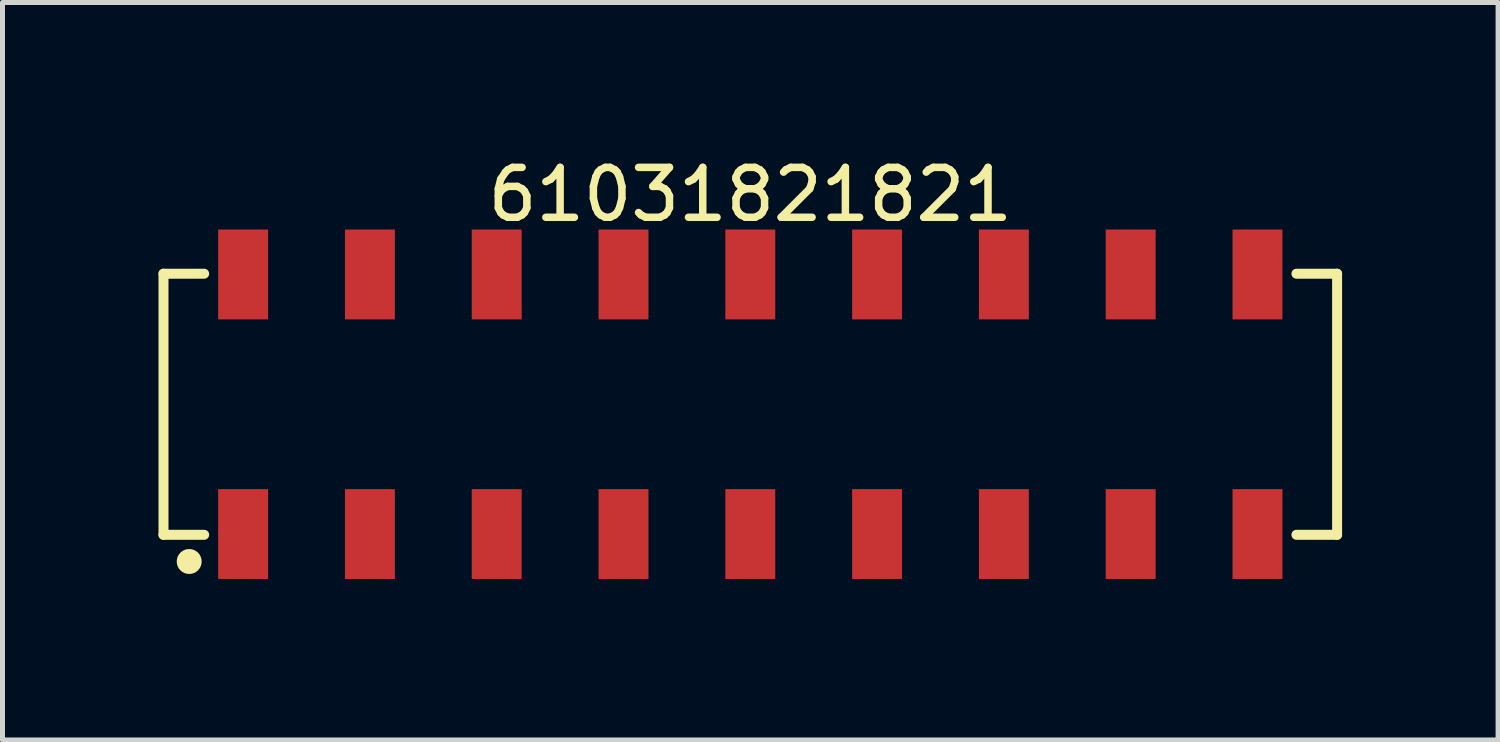
<source format=kicad_pcb>
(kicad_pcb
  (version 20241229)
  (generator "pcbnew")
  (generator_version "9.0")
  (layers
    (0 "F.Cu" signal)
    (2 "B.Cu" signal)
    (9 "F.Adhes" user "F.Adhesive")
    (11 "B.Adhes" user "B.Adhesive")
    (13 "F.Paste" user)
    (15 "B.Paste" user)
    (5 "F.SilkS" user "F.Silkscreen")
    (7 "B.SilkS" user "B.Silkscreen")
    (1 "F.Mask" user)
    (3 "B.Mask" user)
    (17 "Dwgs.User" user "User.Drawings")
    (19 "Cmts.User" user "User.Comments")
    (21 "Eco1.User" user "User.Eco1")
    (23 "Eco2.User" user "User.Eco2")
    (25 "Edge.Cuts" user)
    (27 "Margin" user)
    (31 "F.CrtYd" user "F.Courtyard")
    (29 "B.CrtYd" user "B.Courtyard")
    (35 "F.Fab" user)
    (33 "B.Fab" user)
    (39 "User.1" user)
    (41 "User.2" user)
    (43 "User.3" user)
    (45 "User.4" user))
  (footprint "61031821821"
    (layer "F.Cu")
    (at 11.98 5.048)
    (property "Reference" "61031821821" (at 0 -4.2 0) (layer "F.SilkS") (effects (font (size 1 1) (thickness 0.15))))
    (fp_line (start -11.755 -2.615) (end -10.94 -2.615) (stroke (width 0.2) (type solid)) (layer "F.SilkS"))
    (fp_line (start -11.755 2.615) (end -11.755 -2.615) (stroke (width 0.2) (type solid)) (layer "F.SilkS"))
    (fp_line (start -11.755 2.615) (end -10.94 2.615) (stroke (width 0.2) (type solid)) (layer "F.SilkS"))
    (fp_line (start 10.94 -2.615) (end 11.755 -2.615) (stroke (width 0.2) (type solid)) (layer "F.SilkS"))
    (fp_line (start 10.94 2.615) (end 11.755 2.615) (stroke (width 0.2) (type solid)) (layer "F.SilkS"))
    (fp_line (start 11.755 2.615) (end 11.755 -2.615) (stroke (width 0.2) (type solid)) (layer "F.SilkS"))
    (fp_circle (center -11.24 3.15) (end -11.24 3.025) (stroke (width 0.25) (type solid)) (fill no) (layer "F.SilkS"))
    (fp_line (start -11.955 -3.7) (end 11.955 -3.7) (stroke (width 0.05) (type solid)) (layer "Eco2.User"))
    (fp_line (start -11.955 3.7) (end -11.955 -3.7) (stroke (width 0.05) (type solid)) (layer "Eco2.User"))
    (fp_line (start -11.955 3.7) (end 11.955 3.7) (stroke (width 0.05) (type solid)) (layer "Eco2.User"))
    (fp_line (start -11.68 -2.54) (end 11.68 -2.54) (stroke (width 0.1) (type solid)) (layer "Eco2.User"))
    (fp_line (start -11.68 2.54) (end -11.68 -2.54) (stroke (width 0.1) (type solid)) (layer "Eco2.User"))
    (fp_line (start -11.68 2.54) (end 11.68 2.54) (stroke (width 0.1) (type solid)) (layer "Eco2.User"))
    (fp_line (start -10.48 -3.35) (end -9.84 -3.35) (stroke (width 0.1) (type solid)) (layer "Eco2.User"))
    (fp_line (start -10.48 -2.54) (end -10.48 -3.35) (stroke (width 0.1) (type solid)) (layer "Eco2.User"))
    (fp_line (start -10.48 3.35) (end -10.48 2.54) (stroke (width 0.1) (type solid)) (layer "Eco2.User"))
    (fp_line (start -10.48 3.35) (end -9.84 3.35) (stroke (width 0.1) (type solid)) (layer "Eco2.User"))
    (fp_line (start -9.84 -2.54) (end -9.84 -3.35) (stroke (width 0.1) (type solid)) (layer "Eco2.User"))
    (fp_line (start -9.84 3.35) (end -9.84 2.54) (stroke (width 0.1) (type solid)) (layer "Eco2.User"))
    (fp_line (start -7.94 -3.35) (end -7.3 -3.35) (stroke (width 0.1) (type solid)) (layer "Eco2.User"))
    (fp_line (start -7.94 -2.54) (end -7.94 -3.35) (stroke (width 0.1) (type solid)) (layer "Eco2.User"))
    (fp_line (start -7.94 3.35) (end -7.94 2.54) (stroke (width 0.1) (type solid)) (layer "Eco2.User"))
    (fp_line (start -7.94 3.35) (end -7.3 3.35) (stroke (width 0.1) (type solid)) (layer "Eco2.User"))
    (fp_line (start -7.3 -2.54) (end -7.3 -3.35) (stroke (width 0.1) (type solid)) (layer "Eco2.User"))
    (fp_line (start -7.3 3.35) (end -7.3 2.54) (stroke (width 0.1) (type solid)) (layer "Eco2.User"))
    (fp_line (start -5.4 -3.35) (end -4.76 -3.35) (stroke (width 0.1) (type solid)) (layer "Eco2.User"))
    (fp_line (start -5.4 -2.54) (end -5.4 -3.35) (stroke (width 0.1) (type solid)) (layer "Eco2.User"))
    (fp_line (start -5.4 3.35) (end -5.4 2.54) (stroke (width 0.1) (type solid)) (layer "Eco2.User"))
    (fp_line (start -5.4 3.35) (end -4.76 3.35) (stroke (width 0.1) (type solid)) (layer "Eco2.User"))
    (fp_line (start -4.76 -2.54) (end -4.76 -3.35) (stroke (width 0.1) (type solid)) (layer "Eco2.User"))
    (fp_line (start -4.76 3.35) (end -4.76 2.54) (stroke (width 0.1) (type solid)) (layer "Eco2.User"))
    (fp_line (start -2.86 -3.35) (end -2.22 -3.35) (stroke (width 0.1) (type solid)) (layer "Eco2.User"))
    (fp_line (start -2.86 -2.54) (end -2.86 -3.35) (stroke (width 0.1) (type solid)) (layer "Eco2.User"))
    (fp_line (start -2.86 3.35) (end -2.86 2.54) (stroke (width 0.1) (type solid)) (layer "Eco2.User"))
    (fp_line (start -2.86 3.35) (end -2.22 3.35) (stroke (width 0.1) (type solid)) (layer "Eco2.User"))
    (fp_line (start -2.22 -2.54) (end -2.22 -3.35) (stroke (width 0.1) (type solid)) (layer "Eco2.User"))
    (fp_line (start -2.22 3.35) (end -2.22 2.54) (stroke (width 0.1) (type solid)) (layer "Eco2.User"))
    (fp_line (start -0.5 0) (end 0.5 0) (stroke (width 0.05) (type solid)) (layer "Eco2.User"))
    (fp_line (start -0.32 -3.35) (end 0.32 -3.35) (stroke (width 0.1) (type solid)) (layer "Eco2.User"))
    (fp_line (start -0.32 -2.54) (end -0.32 -3.35) (stroke (width 0.1) (type solid)) (layer "Eco2.User"))
    (fp_line (start -0.32 3.35) (end -0.32 2.54) (stroke (width 0.1) (type solid)) (layer "Eco2.User"))
    (fp_line (start -0.32 3.35) (end 0.32 3.35) (stroke (width 0.1) (type solid)) (layer "Eco2.User"))
    (fp_line (start 0 0.5) (end 0 -0.5) (stroke (width 0.05) (type solid)) (layer "Eco2.User"))
    (fp_line (start 0.32 -2.54) (end 0.32 -3.35) (stroke (width 0.1) (type solid)) (layer "Eco2.User"))
    (fp_line (start 0.32 3.35) (end 0.32 2.54) (stroke (width 0.1) (type solid)) (layer "Eco2.User"))
    (fp_line (start 2.22 -3.35) (end 2.86 -3.35) (stroke (width 0.1) (type solid)) (layer "Eco2.User"))
    (fp_line (start 2.22 -2.54) (end 2.22 -3.35) (stroke (width 0.1) (type solid)) (layer "Eco2.User"))
    (fp_line (start 2.22 3.35) (end 2.22 2.54) (stroke (width 0.1) (type solid)) (layer "Eco2.User"))
    (fp_line (start 2.22 3.35) (end 2.86 3.35) (stroke (width 0.1) (type solid)) (layer "Eco2.User"))
    (fp_line (start 2.86 -2.54) (end 2.86 -3.35) (stroke (width 0.1) (type solid)) (layer "Eco2.User"))
    (fp_line (start 2.86 3.35) (end 2.86 2.54) (stroke (width 0.1) (type solid)) (layer "Eco2.User"))
    (fp_line (start 4.76 -3.35) (end 5.4 -3.35) (stroke (width 0.1) (type solid)) (layer "Eco2.User"))
    (fp_line (start 4.76 -2.54) (end 4.76 -3.35) (stroke (width 0.1) (type solid)) (layer "Eco2.User"))
    (fp_line (start 4.76 3.35) (end 4.76 2.54) (stroke (width 0.1) (type solid)) (layer "Eco2.User"))
    (fp_line (start 4.76 3.35) (end 5.4 3.35) (stroke (width 0.1) (type solid)) (layer "Eco2.User"))
    (fp_line (start 5.4 -2.54) (end 5.4 -3.35) (stroke (width 0.1) (type solid)) (layer "Eco2.User"))
    (fp_line (start 5.4 3.35) (end 5.4 2.54) (stroke (width 0.1) (type solid)) (layer "Eco2.User"))
    (fp_line (start 7.3 -3.35) (end 7.94 -3.35) (stroke (width 0.1) (type solid)) (layer "Eco2.User"))
    (fp_line (start 7.3 -2.54) (end 7.3 -3.35) (stroke (width 0.1) (type solid)) (layer "Eco2.User"))
    (fp_line (start 7.3 3.35) (end 7.3 2.54) (stroke (width 0.1) (type solid)) (layer "Eco2.User"))
    (fp_line (start 7.3 3.35) (end 7.94 3.35) (stroke (width 0.1) (type solid)) (layer "Eco2.User"))
    (fp_line (start 7.94 -2.54) (end 7.94 -3.35) (stroke (width 0.1) (type solid)) (layer "Eco2.User"))
    (fp_line (start 7.94 3.35) (end 7.94 2.54) (stroke (width 0.1) (type solid)) (layer "Eco2.User"))
    (fp_line (start 9.84 -3.35) (end 10.48 -3.35) (stroke (width 0.1) (type solid)) (layer "Eco2.User"))
    (fp_line (start 9.84 -2.54) (end 9.84 -3.35) (stroke (width 0.1) (type solid)) (layer "Eco2.User"))
    (fp_line (start 9.84 3.35) (end 9.84 2.54) (stroke (width 0.1) (type solid)) (layer "Eco2.User"))
    (fp_line (start 9.84 3.35) (end 10.48 3.35) (stroke (width 0.1) (type solid)) (layer "Eco2.User"))
    (fp_line (start 10.48 -2.54) (end 10.48 -3.35) (stroke (width 0.1) (type solid)) (layer "Eco2.User"))
    (fp_line (start 10.48 3.35) (end 10.48 2.54) (stroke (width 0.1) (type solid)) (layer "Eco2.User"))
    (fp_line (start 11.68 2.54) (end 11.68 -2.54) (stroke (width 0.1) (type solid)) (layer "Eco2.User"))
    (fp_line (start 11.955 3.7) (end 11.955 -3.7) (stroke (width 0.05) (type solid)) (layer "Eco2.User"))
    (fp_text user "${REFERENCE}" (at 0.15 -0.197 0) (unlocked yes) (layer "User.3") (effects (font (size 1.5 1.5) (thickness 0.15))))
    (pad "1" smd rect (at -10.16 2.6) (size 1 1.8) (layers "F.Cu" "F.Mask" "F.Paste"))
    (pad "2" smd rect (at -10.16 -2.6) (size 1 1.8) (layers "F.Cu" "F.Mask" "F.Paste"))
    (pad "3" smd rect (at -7.62 2.6) (size 1 1.8) (layers "F.Cu" "F.Mask" "F.Paste"))
    (pad "4" smd rect (at -7.62 -2.6) (size 1 1.8) (layers "F.Cu" "F.Mask" "F.Paste"))
    (pad "5" smd rect (at -5.08 2.6) (size 1 1.8) (layers "F.Cu" "F.Mask" "F.Paste"))
    (pad "6" smd rect (at -5.08 -2.6) (size 1 1.8) (layers "F.Cu" "F.Mask" "F.Paste"))
    (pad "7" smd rect (at -2.54 2.6) (size 1 1.8) (layers "F.Cu" "F.Mask" "F.Paste"))
    (pad "8" smd rect (at -2.54 -2.6) (size 1 1.8) (layers "F.Cu" "F.Mask" "F.Paste"))
    (pad "9" smd rect (at 0 2.6) (size 1 1.8) (layers "F.Cu" "F.Mask" "F.Paste"))
    (pad "10" smd rect (at 0 -2.6) (size 1 1.8) (layers "F.Cu" "F.Mask" "F.Paste"))
    (pad "11" smd rect (at 2.54 2.6) (size 1 1.8) (layers "F.Cu" "F.Mask" "F.Paste"))
    (pad "12" smd rect (at 2.54 -2.6) (size 1 1.8) (layers "F.Cu" "F.Mask" "F.Paste"))
    (pad "13" smd rect (at 5.08 2.6) (size 1 1.8) (layers "F.Cu" "F.Mask" "F.Paste"))
    (pad "14" smd rect (at 5.08 -2.6) (size 1 1.8) (layers "F.Cu" "F.Mask" "F.Paste"))
    (pad "15" smd rect (at 7.62 2.6) (size 1 1.8) (layers "F.Cu" "F.Mask" "F.Paste"))
    (pad "16" smd rect (at 7.62 -2.6) (size 1 1.8) (layers "F.Cu" "F.Mask" "F.Paste"))
    (pad "17" smd rect (at 10.16 2.6) (size 1 1.8) (layers "F.Cu" "F.Mask" "F.Paste"))
    (pad "18" smd rect (at 10.16 -2.6) (size 1 1.8) (layers "F.Cu" "F.Mask" "F.Paste")))
  (gr_rect
    (start -3 -3)
    (end 26.96 11.773)
    (stroke (width 0.1) (type default))
    (fill no)
    (layer "Edge.Cuts")))
</source>
